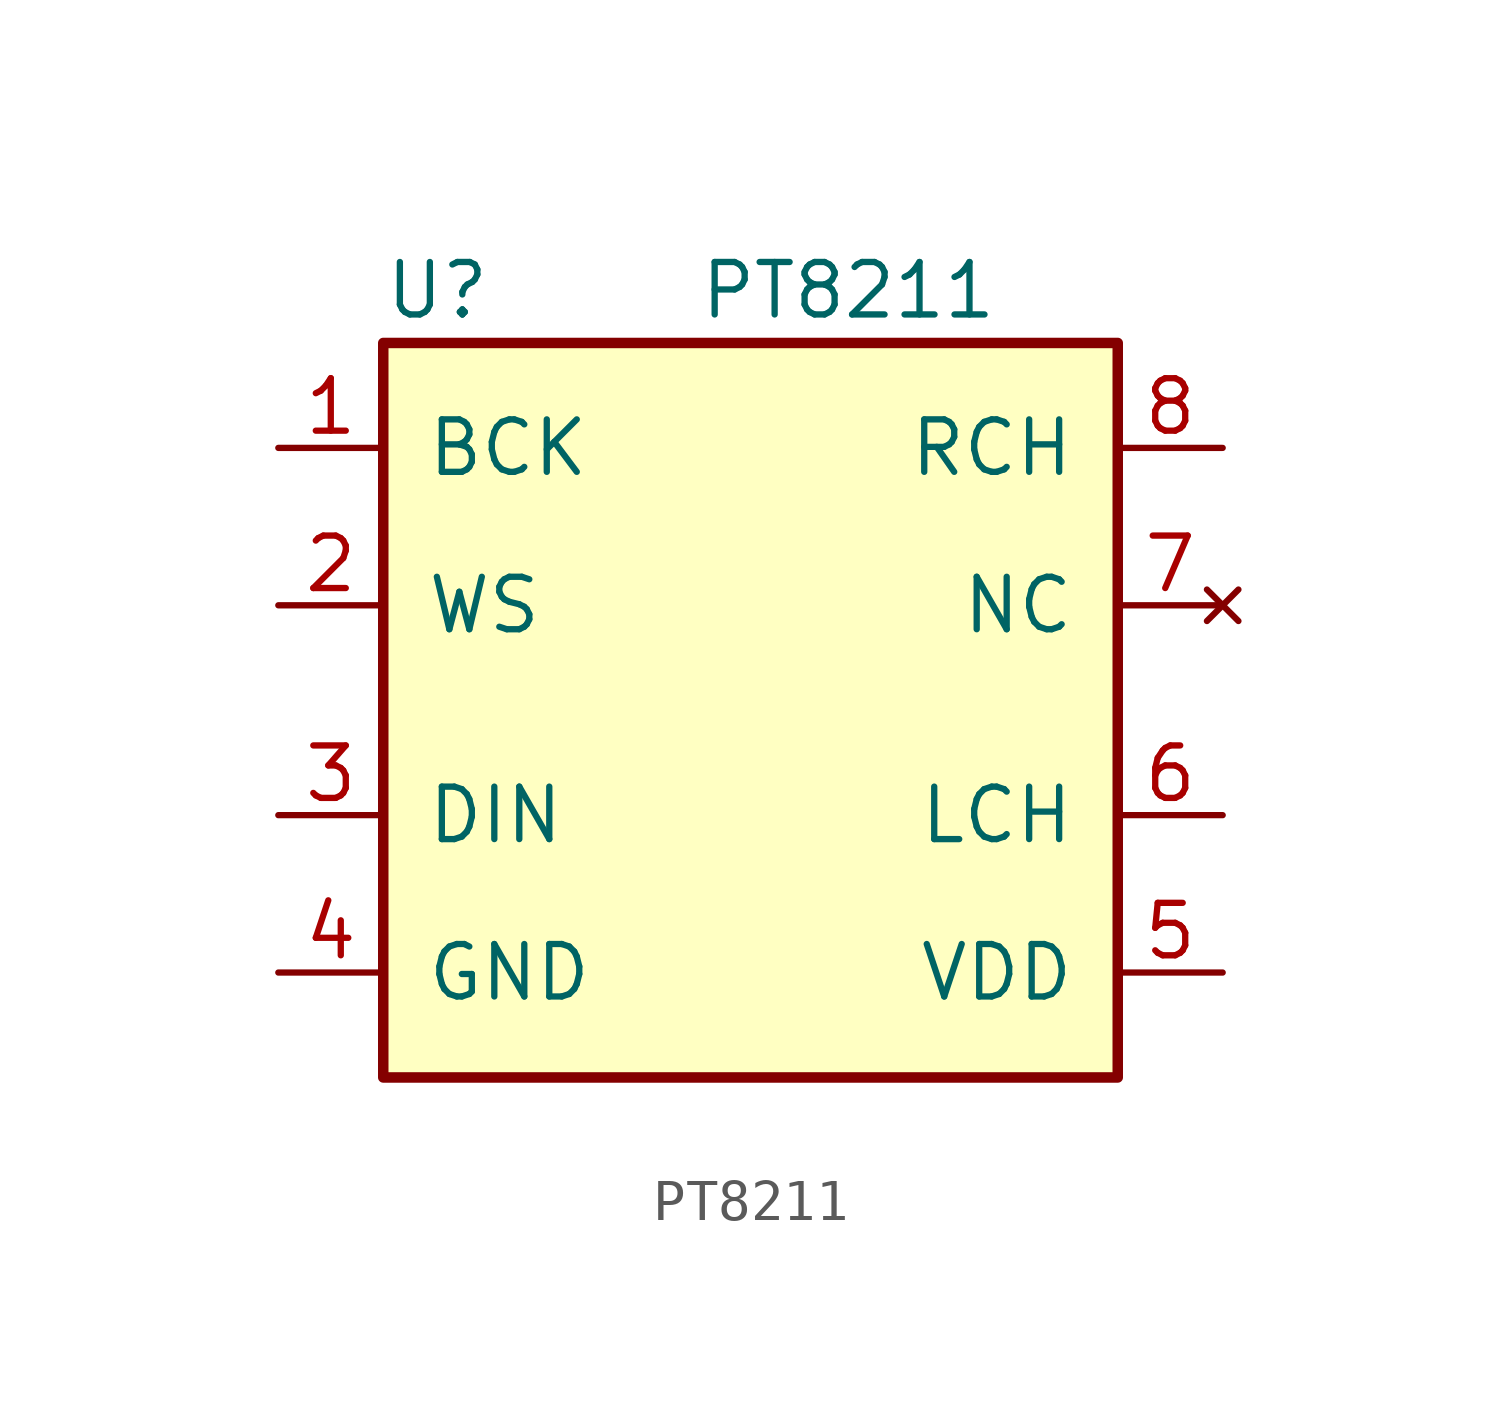
<source format=kicad_sym>
(kicad_symbol_lib
  (version 20211014)
  (generator kicad_symbol_editor)
  (symbol "PT8211"
    (pin_names
      (offset 1.016))
    (property "Reference" "U"
      (at -8.89 10.16 0)
      (effects (font (size 1.27 1.27)) (justify left)))
    (property "Value" "PT8211"
      (at -1.27 10.16 0)
      (effects (font (size 1.27 1.27)) (justify left)))
    (symbol "PT8211_0_1"
      (rectangle (start -8.89 8.89) (end 8.89 -8.89) (stroke (width 0.254) (type default) (color 0 0 0 0)) (fill (type background))))
    (symbol "PT8211_1_1"
      (pin input line (at -11.43 6.35 0) (length 2.54) (name "BCK" (effects (font (size 1.27 1.27)))) (number "1" (effects (font (size 1.27 1.27)))))
      (pin input line (at -11.43 2.54 0) (length 2.54) (name "WS" (effects (font (size 1.27 1.27)))) (number "2" (effects (font (size 1.27 1.27)))))
      (pin input line (at -11.43 -2.54 0) (length 2.54) (name "DIN" (effects (font (size 1.27 1.27)))) (number "3" (effects (font (size 1.27 1.27)))))
      (pin power_in line (at -11.43 -6.35 0) (length 2.54) (name "GND" (effects (font (size 1.27 1.27)))) (number "4" (effects (font (size 1.27 1.27)))))
      (pin power_in line (at 11.43 -6.35 180) (length 2.54) (name "VDD" (effects (font (size 1.27 1.27)))) (number "5" (effects (font (size 1.27 1.27)))))
      (pin output line (at 11.43 -2.54 180) (length 2.54) (name "LCH" (effects (font (size 1.27 1.27)))) (number "6" (effects (font (size 1.27 1.27)))))
      (pin no_connect line (at 11.43 2.54 180) (length 2.54) (name "NC" (effects (font (size 1.27 1.27)))) (number "7" (effects (font (size 1.27 1.27)))))
      (pin output line (at 11.43 6.35 180) (length 2.54) (name "RCH" (effects (font (size 1.27 1.27)))) (number "8" (effects (font (size 1.27 1.27))))))))
</source>
